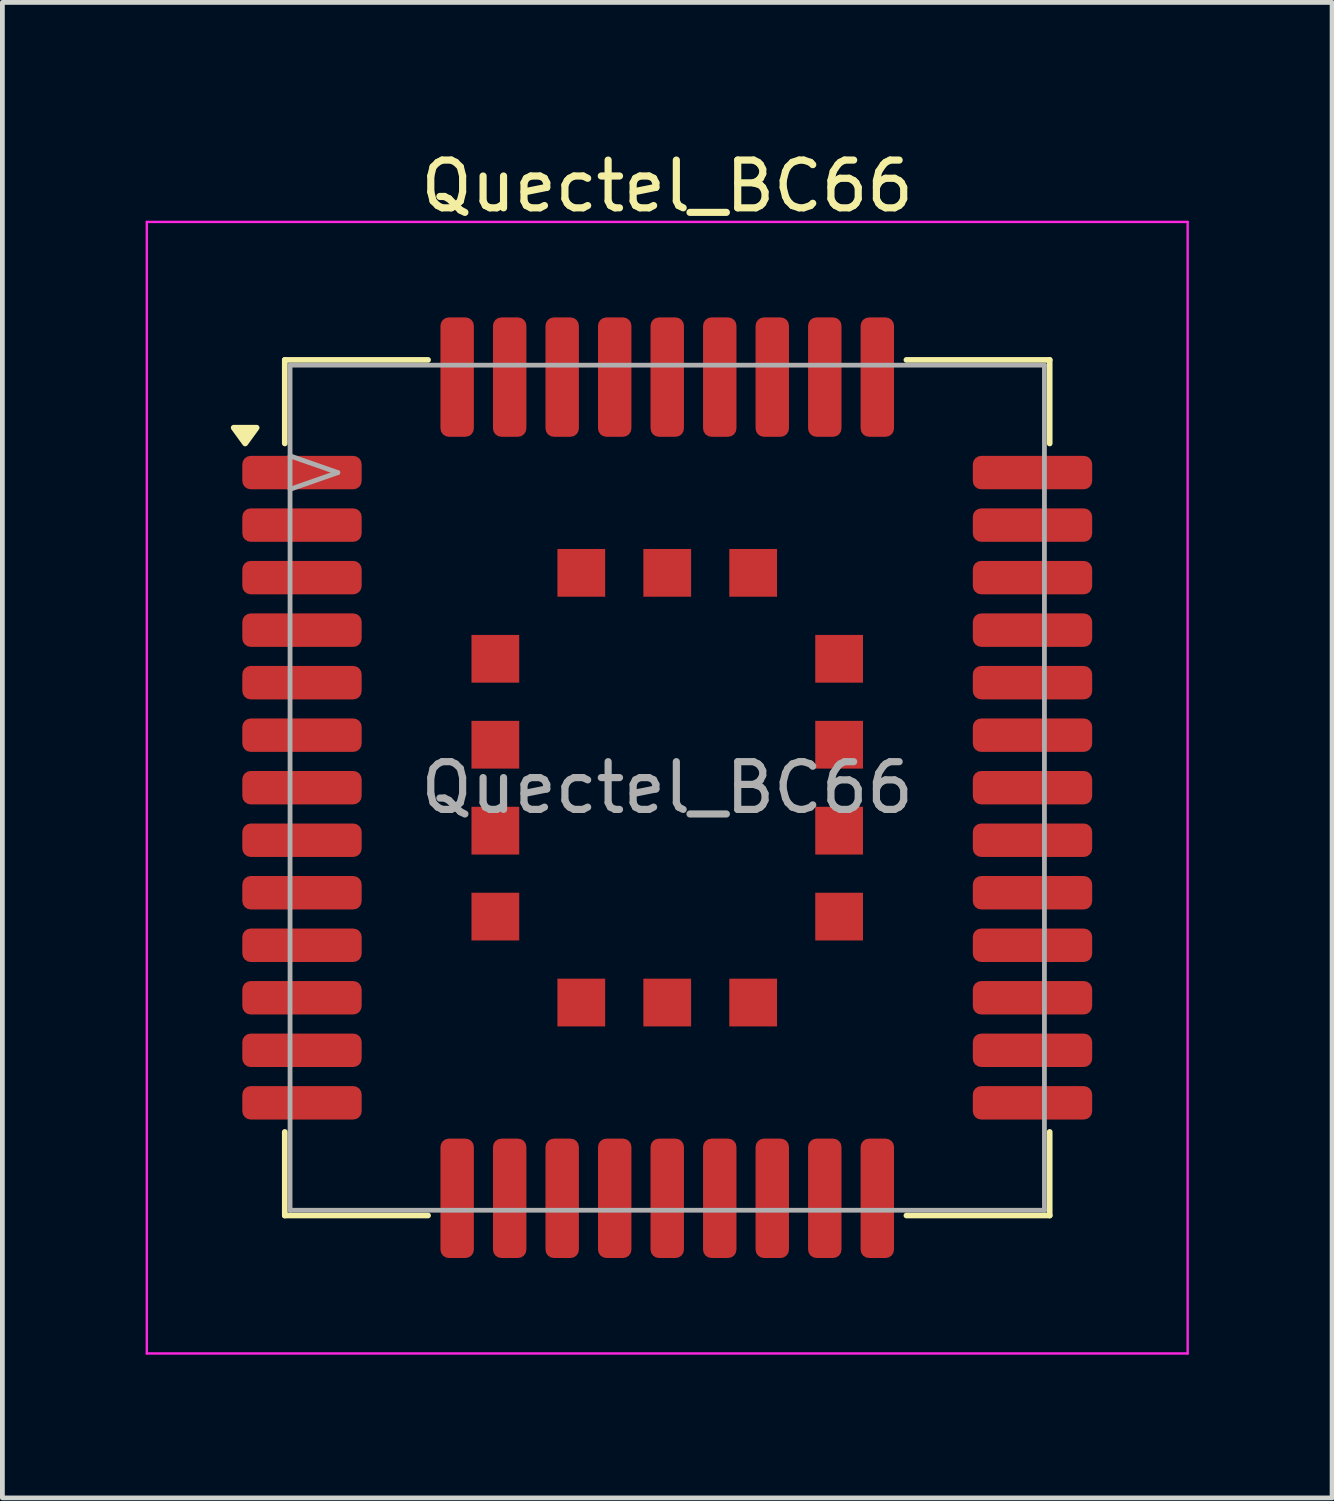
<source format=kicad_pcb>
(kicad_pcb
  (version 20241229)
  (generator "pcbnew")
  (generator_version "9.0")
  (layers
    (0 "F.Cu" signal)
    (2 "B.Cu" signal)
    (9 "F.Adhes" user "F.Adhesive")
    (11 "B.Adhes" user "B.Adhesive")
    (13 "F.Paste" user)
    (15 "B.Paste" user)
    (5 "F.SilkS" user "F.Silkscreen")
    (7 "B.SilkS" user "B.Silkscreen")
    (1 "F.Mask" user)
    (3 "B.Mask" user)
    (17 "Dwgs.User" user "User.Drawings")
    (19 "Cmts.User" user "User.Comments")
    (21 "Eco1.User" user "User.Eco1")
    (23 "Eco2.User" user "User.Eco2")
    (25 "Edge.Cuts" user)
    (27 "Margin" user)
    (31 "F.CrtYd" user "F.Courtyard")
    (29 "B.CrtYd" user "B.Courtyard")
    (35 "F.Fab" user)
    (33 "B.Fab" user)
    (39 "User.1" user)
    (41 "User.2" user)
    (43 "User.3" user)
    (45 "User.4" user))
  (footprint "Quectel_BC66"
    (layer "F.Cu")
    (at 10.925 13.448)
    (property "Reference" "Quectel_BC66" (at 0 -12.6 0) (layer "F.SilkS") (effects (font (size 1 1) (thickness 0.15))))
    (attr smd)
    (fp_line (start -8.01 -8.96) (end -8.01 -7.21) (stroke (width 0.12) (type solid)) (layer "F.SilkS"))
    (fp_line (start -8.01 -8.96) (end -5.01 -8.96) (stroke (width 0.12) (type solid)) (layer "F.SilkS"))
    (fp_line (start -8.01 7.21) (end -8.01 8.96) (stroke (width 0.12) (type solid)) (layer "F.SilkS"))
    (fp_line (start -8.01 8.96) (end -5.01 8.96) (stroke (width 0.12) (type solid)) (layer "F.SilkS"))
    (fp_line (start 5.01 -8.96) (end 8.01 -8.96) (stroke (width 0.12) (type solid)) (layer "F.SilkS"))
    (fp_line (start 5.01 8.96) (end 8.01 8.96) (stroke (width 0.12) (type solid)) (layer "F.SilkS"))
    (fp_line (start 8.01 -8.96) (end 8.01 -7.21) (stroke (width 0.12) (type solid)) (layer "F.SilkS"))
    (fp_line (start 8.01 7.21) (end 8.01 8.96) (stroke (width 0.12) (type solid)) (layer "F.SilkS"))
    (fp_poly (pts (xy -8.84 -7.21) (xy -9.08 -7.54) (xy -8.6 -7.54) (xy -8.84 -7.21)) (stroke (width 0.12) (type solid)) (fill yes) (layer "F.SilkS"))
    (fp_line (start -10.9 -11.85) (end -10.9 11.85) (stroke (width 0.05) (type solid)) (layer "F.CrtYd"))
    (fp_line (start -10.9 -11.85) (end 10.9 -11.85) (stroke (width 0.05) (type solid)) (layer "F.CrtYd"))
    (fp_line (start -10.9 11.85) (end 10.9 11.85) (stroke (width 0.05) (type solid)) (layer "F.CrtYd"))
    (fp_line (start 10.9 -11.85) (end 10.9 11.85) (stroke (width 0.05) (type solid)) (layer "F.CrtYd"))
    (fp_line (start -7.9 -8.85) (end -7.9 8.85) (stroke (width 0.1) (type solid)) (layer "F.Fab"))
    (fp_line (start -7.9 -8.85) (end 7.9 -8.85) (stroke (width 0.1) (type solid)) (layer "F.Fab"))
    (fp_line (start -7.9 -6.95) (end -6.9 -6.6) (stroke (width 0.1) (type solid)) (layer "F.Fab"))
    (fp_line (start -7.9 8.85) (end 7.9 8.85) (stroke (width 0.1) (type solid)) (layer "F.Fab"))
    (fp_line (start -6.9 -6.6) (end -7.9 -6.25) (stroke (width 0.1) (type solid)) (layer "F.Fab"))
    (fp_line (start 7.9 -8.85) (end 7.9 8.85) (stroke (width 0.1) (type solid)) (layer "F.Fab"))
    (fp_text user "${REFERENCE}" (at 0 0 0) (layer "F.Fab") (effects (font (size 1 1) (thickness 0.15))))
    (pad "" smd roundrect (at -8.05 -6.6) (size 2.9 0.595) (layers "F.Paste") (roundrect_rratio 0.25))
    (pad "" smd roundrect (at -8.05 -5.5) (size 2.9 0.595) (layers "F.Paste") (roundrect_rratio 0.25))
    (pad "" smd roundrect (at -8.05 -4.4) (size 2.9 0.595) (layers "F.Paste") (roundrect_rratio 0.25))
    (pad "" smd roundrect (at -8.05 -3.3) (size 2.9 0.595) (layers "F.Paste") (roundrect_rratio 0.25))
    (pad "" smd roundrect (at -8.05 -2.2) (size 2.9 0.595) (layers "F.Paste") (roundrect_rratio 0.25))
    (pad "" smd roundrect (at -8.05 -1.1) (size 2.9 0.595) (layers "F.Paste") (roundrect_rratio 0.25))
    (pad "" smd roundrect (at -8.05 0) (size 2.9 0.595) (layers "F.Paste") (roundrect_rratio 0.25))
    (pad "" smd roundrect (at -8.05 1.1) (size 2.9 0.595) (layers "F.Paste") (roundrect_rratio 0.25))
    (pad "" smd roundrect (at -8.05 2.2) (size 2.9 0.595) (layers "F.Paste") (roundrect_rratio 0.25))
    (pad "" smd roundrect (at -8.05 3.3) (size 2.9 0.595) (layers "F.Paste") (roundrect_rratio 0.25))
    (pad "" smd roundrect (at -8.05 4.4) (size 2.9 0.595) (layers "F.Paste") (roundrect_rratio 0.25))
    (pad "" smd roundrect (at -8.05 5.5) (size 2.9 0.595) (layers "F.Paste") (roundrect_rratio 0.25))
    (pad "" smd roundrect (at -8.05 6.6) (size 2.9 0.595) (layers "F.Paste") (roundrect_rratio 0.25))
    (pad "" smd roundrect (at -4.4 -9 90) (size 2.9 0.595) (layers "F.Paste") (roundrect_rratio 0.25))
    (pad "" smd roundrect (at -4.4 9 90) (size 2.9 0.595) (layers "F.Paste") (roundrect_rratio 0.25))
    (pad "" smd circle (at -3.6 -2.7) (size 0.9 0.9) (layers "F.Paste"))
    (pad "" smd circle (at -3.6 -0.9) (size 0.9 0.9) (layers "F.Paste"))
    (pad "" smd circle (at -3.6 0.9) (size 0.9 0.9) (layers "F.Paste"))
    (pad "" smd circle (at -3.6 2.7) (size 0.9 0.9) (layers "F.Paste"))
    (pad "" smd roundrect (at -3.3 -9 90) (size 2.9 0.595) (layers "F.Paste") (roundrect_rratio 0.25))
    (pad "" smd roundrect (at -3.3 9 90) (size 2.9 0.595) (layers "F.Paste") (roundrect_rratio 0.25))
    (pad "" smd roundrect (at -2.2 -9 90) (size 2.9 0.595) (layers "F.Paste") (roundrect_rratio 0.25))
    (pad "" smd roundrect (at -2.2 9 90) (size 2.9 0.595) (layers "F.Paste") (roundrect_rratio 0.25))
    (pad "" smd circle (at -1.8 -4.5) (size 0.9 0.9) (layers "F.Paste"))
    (pad "" smd circle (at -1.8 4.5) (size 0.9 0.9) (layers "F.Paste"))
    (pad "" smd roundrect (at -1.1 -9 90) (size 2.9 0.595) (layers "F.Paste") (roundrect_rratio 0.25))
    (pad "" smd roundrect (at -1.1 9 90) (size 2.9 0.595) (layers "F.Paste") (roundrect_rratio 0.25))
    (pad "" smd roundrect (at 0 -9 90) (size 2.9 0.595) (layers "F.Paste") (roundrect_rratio 0.25))
    (pad "" smd circle (at 0 -4.5) (size 0.9 0.9) (layers "F.Paste"))
    (pad "" smd circle (at 0 4.5) (size 0.9 0.9) (layers "F.Paste"))
    (pad "" smd roundrect (at 0 9 90) (size 2.9 0.595) (layers "F.Paste") (roundrect_rratio 0.25))
    (pad "" smd roundrect (at 1.1 -9 90) (size 2.9 0.595) (layers "F.Paste") (roundrect_rratio 0.25))
    (pad "" smd roundrect (at 1.1 9 90) (size 2.9 0.595) (layers "F.Paste") (roundrect_rratio 0.25))
    (pad "" smd circle (at 1.8 -4.5) (size 0.9 0.9) (layers "F.Paste"))
    (pad "" smd circle (at 1.8 4.5) (size 0.9 0.9) (layers "F.Paste"))
    (pad "" smd roundrect (at 2.2 -9 90) (size 2.9 0.595) (layers "F.Paste") (roundrect_rratio 0.25))
    (pad "" smd roundrect (at 2.2 9 90) (size 2.9 0.595) (layers "F.Paste") (roundrect_rratio 0.25))
    (pad "" smd roundrect (at 3.3 -9 90) (size 2.9 0.595) (layers "F.Paste") (roundrect_rratio 0.25))
    (pad "" smd roundrect (at 3.3 9 90) (size 2.9 0.595) (layers "F.Paste") (roundrect_rratio 0.25))
    (pad "" smd circle (at 3.6 -2.7) (size 0.9 0.9) (layers "F.Paste"))
    (pad "" smd circle (at 3.6 -0.9) (size 0.9 0.9) (layers "F.Paste"))
    (pad "" smd circle (at 3.6 0.9) (size 0.9 0.9) (layers "F.Paste"))
    (pad "" smd circle (at 3.6 2.7) (size 0.9 0.9) (layers "F.Paste"))
    (pad "" smd roundrect (at 4.4 -9 90) (size 2.9 0.595) (layers "F.Paste") (roundrect_rratio 0.25))
    (pad "" smd roundrect (at 4.4 9 90) (size 2.9 0.595) (layers "F.Paste") (roundrect_rratio 0.25))
    (pad "" smd roundrect (at 8.05 -6.6) (size 2.9 0.595) (layers "F.Paste") (roundrect_rratio 0.25))
    (pad "" smd roundrect (at 8.05 -5.5) (size 2.9 0.595) (layers "F.Paste") (roundrect_rratio 0.25))
    (pad "" smd roundrect (at 8.05 -4.4) (size 2.9 0.595) (layers "F.Paste") (roundrect_rratio 0.25))
    (pad "" smd roundrect (at 8.05 -3.3) (size 2.9 0.595) (layers "F.Paste") (roundrect_rratio 0.25))
    (pad "" smd roundrect (at 8.05 -2.2) (size 2.9 0.595) (layers "F.Paste") (roundrect_rratio 0.25))
    (pad "" smd roundrect (at 8.05 -1.1) (size 2.9 0.595) (layers "F.Paste") (roundrect_rratio 0.25))
    (pad "" smd roundrect (at 8.05 0) (size 2.9 0.595) (layers "F.Paste") (roundrect_rratio 0.25))
    (pad "" smd roundrect (at 8.05 1.1) (size 2.9 0.595) (layers "F.Paste") (roundrect_rratio 0.25))
    (pad "" smd roundrect (at 8.05 2.2) (size 2.9 0.595) (layers "F.Paste") (roundrect_rratio 0.25))
    (pad "" smd roundrect (at 8.05 3.3) (size 2.9 0.595) (layers "F.Paste") (roundrect_rratio 0.25))
    (pad "" smd roundrect (at 8.05 4.4) (size 2.9 0.595) (layers "F.Paste") (roundrect_rratio 0.25))
    (pad "" smd roundrect (at 8.05 5.5) (size 2.9 0.595) (layers "F.Paste") (roundrect_rratio 0.25))
    (pad "" smd roundrect (at 8.05 6.6) (size 2.9 0.595) (layers "F.Paste") (roundrect_rratio 0.25))
    (pad "1" smd roundrect (at -7.65 -6.6) (size 2.5 0.7) (layers "F.Cu" "F.Mask") (roundrect_rratio 0.25))
    (pad "2" smd roundrect (at -7.65 -5.5) (size 2.5 0.7) (layers "F.Cu" "F.Mask") (roundrect_rratio 0.25))
    (pad "3" smd roundrect (at -7.65 -4.4) (size 2.5 0.7) (layers "F.Cu" "F.Mask") (roundrect_rratio 0.25))
    (pad "4" smd roundrect (at -7.65 -3.3) (size 2.5 0.7) (layers "F.Cu" "F.Mask") (roundrect_rratio 0.25))
    (pad "5" smd roundrect (at -7.65 -2.2) (size 2.5 0.7) (layers "F.Cu" "F.Mask") (roundrect_rratio 0.25))
    (pad "6" smd roundrect (at -7.65 -1.1) (size 2.5 0.7) (layers "F.Cu" "F.Mask") (roundrect_rratio 0.25))
    (pad "7" smd roundrect (at -7.65 0) (size 2.5 0.7) (layers "F.Cu" "F.Mask") (roundrect_rratio 0.25))
    (pad "8" smd roundrect (at -7.65 1.1) (size 2.5 0.7) (layers "F.Cu" "F.Mask") (roundrect_rratio 0.25))
    (pad "9" smd roundrect (at -7.65 2.2) (size 2.5 0.7) (layers "F.Cu" "F.Mask") (roundrect_rratio 0.25))
    (pad "10" smd roundrect (at -7.65 3.3) (size 2.5 0.7) (layers "F.Cu" "F.Mask") (roundrect_rratio 0.25))
    (pad "11" smd roundrect (at -7.65 4.4) (size 2.5 0.7) (layers "F.Cu" "F.Mask") (roundrect_rratio 0.25))
    (pad "12" smd roundrect (at -7.65 5.5) (size 2.5 0.7) (layers "F.Cu" "F.Mask") (roundrect_rratio 0.25))
    (pad "13" smd roundrect (at -7.65 6.6) (size 2.5 0.7) (layers "F.Cu" "F.Mask") (roundrect_rratio 0.25))
    (pad "14" smd roundrect (at -4.4 8.6 90) (size 2.5 0.7) (layers "F.Cu" "F.Mask") (roundrect_rratio 0.25))
    (pad "15" smd roundrect (at -3.3 8.6 90) (size 2.5 0.7) (layers "F.Cu" "F.Mask") (roundrect_rratio 0.25))
    (pad "16" smd roundrect (at -2.2 8.6 90) (size 2.5 0.7) (layers "F.Cu" "F.Mask") (roundrect_rratio 0.25))
    (pad "17" smd roundrect (at -1.1 8.6 90) (size 2.5 0.7) (layers "F.Cu" "F.Mask") (roundrect_rratio 0.25))
    (pad "18" smd roundrect (at 0 8.6 90) (size 2.5 0.7) (layers "F.Cu" "F.Mask") (roundrect_rratio 0.25))
    (pad "19" smd roundrect (at 1.1 8.6 90) (size 2.5 0.7) (layers "F.Cu" "F.Mask") (roundrect_rratio 0.25))
    (pad "20" smd roundrect (at 2.2 8.6 90) (size 2.5 0.7) (layers "F.Cu" "F.Mask") (roundrect_rratio 0.25))
    (pad "21" smd roundrect (at 3.3 8.6 90) (size 2.5 0.7) (layers "F.Cu" "F.Mask") (roundrect_rratio 0.25))
    (pad "22" smd roundrect (at 4.4 8.6 90) (size 2.5 0.7) (layers "F.Cu" "F.Mask") (roundrect_rratio 0.25))
    (pad "23" smd roundrect (at 7.65 6.6) (size 2.5 0.7) (layers "F.Cu" "F.Mask") (roundrect_rratio 0.25))
    (pad "24" smd roundrect (at 7.65 5.5) (size 2.5 0.7) (layers "F.Cu" "F.Mask") (roundrect_rratio 0.25))
    (pad "25" smd roundrect (at 7.65 4.4) (size 2.5 0.7) (layers "F.Cu" "F.Mask") (roundrect_rratio 0.25))
    (pad "26" smd roundrect (at 7.65 3.3) (size 2.5 0.7) (layers "F.Cu" "F.Mask") (roundrect_rratio 0.25))
    (pad "27" smd roundrect (at 7.65 2.2) (size 2.5 0.7) (layers "F.Cu" "F.Mask") (roundrect_rratio 0.25))
    (pad "28" smd roundrect (at 7.65 1.1) (size 2.5 0.7) (layers "F.Cu" "F.Mask") (roundrect_rratio 0.25))
    (pad "29" smd roundrect (at 7.65 0) (size 2.5 0.7) (layers "F.Cu" "F.Mask") (roundrect_rratio 0.25))
    (pad "30" smd roundrect (at 7.65 -1.1) (size 2.5 0.7) (layers "F.Cu" "F.Mask") (roundrect_rratio 0.25))
    (pad "31" smd roundrect (at 7.65 -2.2) (size 2.5 0.7) (layers "F.Cu" "F.Mask") (roundrect_rratio 0.25))
    (pad "32" smd roundrect (at 7.65 -3.3) (size 2.5 0.7) (layers "F.Cu" "F.Mask") (roundrect_rratio 0.25))
    (pad "33" smd roundrect (at 7.65 -4.4) (size 2.5 0.7) (layers "F.Cu" "F.Mask") (roundrect_rratio 0.25))
    (pad "34" smd roundrect (at 7.65 -5.5) (size 2.5 0.7) (layers "F.Cu" "F.Mask") (roundrect_rratio 0.25))
    (pad "35" smd roundrect (at 7.65 -6.6) (size 2.5 0.7) (layers "F.Cu" "F.Mask") (roundrect_rratio 0.25))
    (pad "36" smd roundrect (at 4.4 -8.6 270) (size 2.5 0.7) (layers "F.Cu" "F.Mask") (roundrect_rratio 0.25))
    (pad "37" smd roundrect (at 3.3 -8.6 270) (size 2.5 0.7) (layers "F.Cu" "F.Mask") (roundrect_rratio 0.25))
    (pad "38" smd roundrect (at 2.2 -8.6 270) (size 2.5 0.7) (layers "F.Cu" "F.Mask") (roundrect_rratio 0.25))
    (pad "39" smd roundrect (at 1.1 -8.6 270) (size 2.5 0.7) (layers "F.Cu" "F.Mask") (roundrect_rratio 0.25))
    (pad "40" smd roundrect (at 0 -8.6 270) (size 2.5 0.7) (layers "F.Cu" "F.Mask") (roundrect_rratio 0.25))
    (pad "41" smd roundrect (at -1.1 -8.6 270) (size 2.5 0.7) (layers "F.Cu" "F.Mask") (roundrect_rratio 0.25))
    (pad "42" smd roundrect (at -2.2 -8.6 270) (size 2.5 0.7) (layers "F.Cu" "F.Mask") (roundrect_rratio 0.25))
    (pad "43" smd roundrect (at -3.3 -8.6 270) (size 2.5 0.7) (layers "F.Cu" "F.Mask") (roundrect_rratio 0.25))
    (pad "44" smd roundrect (at -4.4 -8.6 270) (size 2.5 0.7) (layers "F.Cu" "F.Mask") (roundrect_rratio 0.25))
    (pad "45" smd rect (at -3.6 -2.7) (size 1 1) (layers "F.Cu" "F.Mask"))
    (pad "46" smd rect (at -3.6 -0.9) (size 1 1) (layers "F.Cu" "F.Mask"))
    (pad "47" smd rect (at -3.6 0.9) (size 1 1) (layers "F.Cu" "F.Mask"))
    (pad "48" smd rect (at -3.6 2.7) (size 1 1) (layers "F.Cu" "F.Mask"))
    (pad "49" smd rect (at -1.8 4.5) (size 1 1) (layers "F.Cu" "F.Mask"))
    (pad "50" smd rect (at 0 4.5) (size 1 1) (layers "F.Cu" "F.Mask"))
    (pad "51" smd rect (at 1.8 4.5) (size 1 1) (layers "F.Cu" "F.Mask"))
    (pad "52" smd rect (at 3.6 2.7) (size 1 1) (layers "F.Cu" "F.Mask"))
    (pad "53" smd rect (at 3.6 0.9) (size 1 1) (layers "F.Cu" "F.Mask"))
    (pad "54" smd rect (at 3.6 -0.9) (size 1 1) (layers "F.Cu" "F.Mask"))
    (pad "55" smd rect (at 3.6 -2.7) (size 1 1) (layers "F.Cu" "F.Mask"))
    (pad "56" smd rect (at 1.8 -4.5) (size 1 1) (layers "F.Cu" "F.Mask"))
    (pad "57" smd rect (at 0 -4.5) (size 1 1) (layers "F.Cu" "F.Mask"))
    (pad "58" smd rect (at -1.8 -4.5) (size 1 1) (layers "F.Cu" "F.Mask")))
  (gr_rect
    (start -3 -3)
    (end 24.85 28.323)
    (stroke (width 0.1) (type default))
    (fill no)
    (layer "Edge.Cuts")))
</source>
